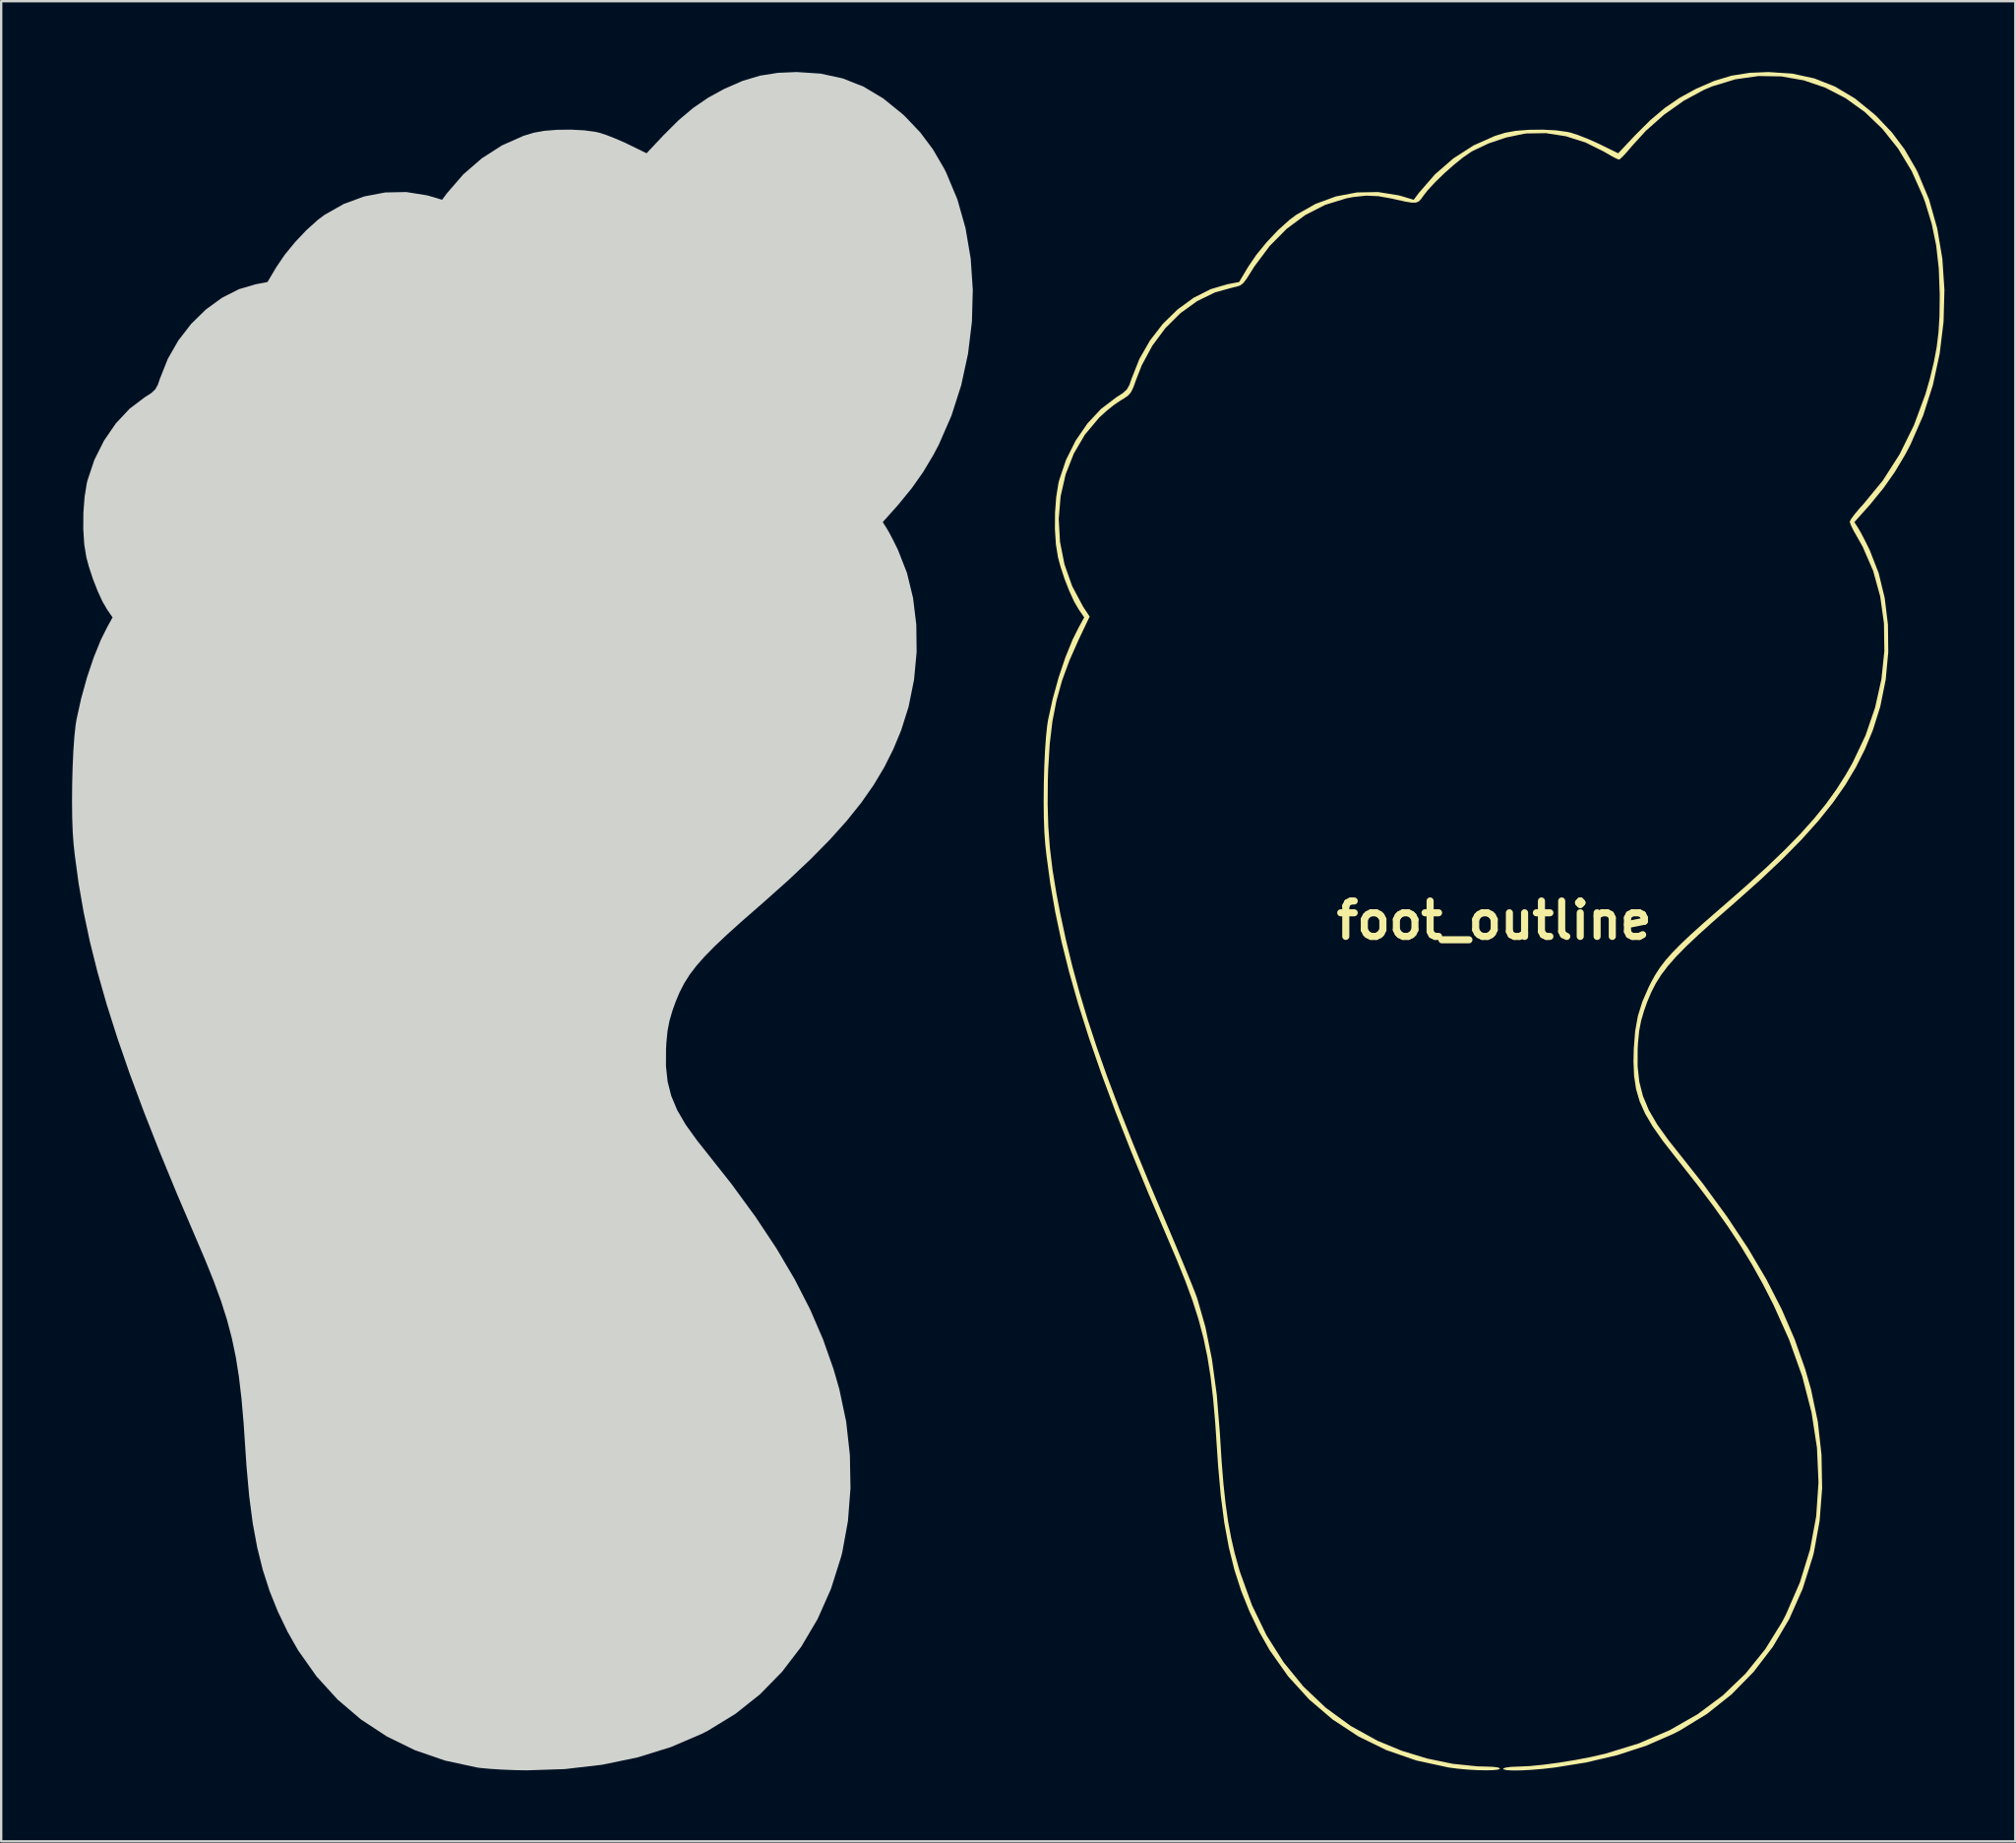
<source format=kicad_pcb>
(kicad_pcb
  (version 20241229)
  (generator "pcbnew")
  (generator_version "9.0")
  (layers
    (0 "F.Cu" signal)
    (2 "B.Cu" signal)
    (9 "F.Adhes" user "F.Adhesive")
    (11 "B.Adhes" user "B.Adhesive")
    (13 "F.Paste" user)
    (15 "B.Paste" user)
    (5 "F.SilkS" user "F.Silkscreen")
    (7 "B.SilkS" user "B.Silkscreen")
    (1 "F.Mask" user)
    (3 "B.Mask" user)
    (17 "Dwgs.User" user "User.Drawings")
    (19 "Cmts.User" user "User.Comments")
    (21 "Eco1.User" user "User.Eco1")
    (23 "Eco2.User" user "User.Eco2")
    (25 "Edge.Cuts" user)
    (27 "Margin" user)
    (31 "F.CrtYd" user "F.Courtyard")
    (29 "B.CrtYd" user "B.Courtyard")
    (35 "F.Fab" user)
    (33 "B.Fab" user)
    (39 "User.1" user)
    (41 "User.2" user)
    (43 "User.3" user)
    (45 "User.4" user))
  (footprint "foot_edge_cuts"
    (layer "F.Cu")
    (at 19.079 35.921)
    (property "Reference" "foot_edge_cuts" (at 0 0 0) (layer "F.SilkS") (effects (font (size 1.5 1.5) (thickness 0.3))))
    (attr board_only exclude_from_pos_files exclude_from_bom)
    (fp_poly (pts (xy 12.622 -35.854) (xy 13.558 -35.651) (xy 14.435 -35.304) (xy 15.269 -34.806) (xy 16.081 -34.148) (xy 16.211 -34.027) (xy 16.842 -33.362) (xy 17.374 -32.652) (xy 17.848 -31.84) (xy 17.936 -31.666) (xy 18.412 -30.53) (xy 18.758 -29.309) (xy 18.976 -28.025) (xy 19.065 -26.697) (xy 19.028 -25.347) (xy 18.864 -23.996) (xy 18.576 -22.665) (xy 18.163 -21.374) (xy 17.627 -20.146) (xy 17.404 -19.723) (xy 16.965 -18.987) (xy 16.482 -18.301) (xy 15.913 -17.605) (xy 15.743 -17.413) (xy 15.251 -16.863) (xy 15.413 -16.611) (xy 15.525 -16.418) (xy 15.679 -16.126) (xy 15.847 -15.789) (xy 15.897 -15.686) (xy 16.278 -14.712) (xy 16.536 -13.649) (xy 16.673 -12.524) (xy 16.687 -11.363) (xy 16.578 -10.193) (xy 16.346 -9.043) (xy 16.03 -8.044) (xy 15.701 -7.252) (xy 15.317 -6.486) (xy 14.868 -5.734) (xy 14.342 -4.982) (xy 13.727 -4.215) (xy 13.014 -3.421) (xy 12.19 -2.584) (xy 11.245 -1.693) (xy 10.167 -0.732) (xy 10.009 -0.594) (xy 9.267 0.054) (xy 8.645 0.614) (xy 8.127 1.103) (xy 7.702 1.537) (xy 7.355 1.931) (xy 7.073 2.303) (xy 6.842 2.668) (xy 6.65 3.043) (xy 6.482 3.443) (xy 6.345 3.827) (xy 6.221 4.251) (xy 6.139 4.678) (xy 6.09 5.176) (xy 6.075 5.445) (xy 6.072 6.172) (xy 6.142 6.825) (xy 6.297 7.435) (xy 6.547 8.032) (xy 6.906 8.648) (xy 7.385 9.314) (xy 7.678 9.683) (xy 8.84 11.151) (xy 9.862 12.55) (xy 10.754 13.894) (xy 11.523 15.197) (xy 12.176 16.472) (xy 12.721 17.733) (xy 13.166 18.994) (xy 13.413 19.849) (xy 13.703 21.223) (xy 13.86 22.633) (xy 13.886 24.047) (xy 13.779 25.431) (xy 13.539 26.75) (xy 13.493 26.934) (xy 13.06 28.304) (xy 12.495 29.579) (xy 11.802 30.752) (xy 10.987 31.817) (xy 10.055 32.769) (xy 9.01 33.6) (xy 7.857 34.305) (xy 7.582 34.446) (xy 6.278 35.005) (xy 4.868 35.442) (xy 3.367 35.753) (xy 1.786 35.936) (xy 0.185 35.989) (xy -0.352 35.979) (xy -0.894 35.957) (xy -1.391 35.925) (xy -1.792 35.887) (xy -1.934 35.868) (xy -3.29 35.574) (xy -4.564 35.134) (xy -5.751 34.553) (xy -6.844 33.835) (xy -7.839 32.986) (xy -8.728 32.008) (xy -9.506 30.907) (xy -9.953 30.118) (xy -10.364 29.263) (xy -10.712 28.399) (xy -11.001 27.503) (xy -11.238 26.549) (xy -11.429 25.514) (xy -11.578 24.372) (xy -11.692 23.101) (xy -11.735 22.456) (xy -11.813 21.287) (xy -11.903 20.256) (xy -12.011 19.332) (xy -12.145 18.486) (xy -12.312 17.688) (xy -12.518 16.907) (xy -12.771 16.113) (xy -13.078 15.276) (xy -13.445 14.365) (xy -13.796 13.542) (xy -14.631 11.59) (xy -15.381 9.769) (xy -16.051 8.066) (xy -16.644 6.47) (xy -17.163 4.968) (xy -17.614 3.547) (xy -17.999 2.195) (xy -18.323 0.901) (xy -18.588 -0.349) (xy -18.8 -1.566) (xy -18.962 -2.764) (xy -19.012 -3.223) (xy -19.05 -3.739) (xy -19.072 -4.36) (xy -19.079 -5.05) (xy -19.073 -5.773) (xy -19.054 -6.493) (xy -19.023 -7.174) (xy -18.98 -7.778) (xy -18.927 -8.272) (xy -18.893 -8.486) (xy -18.694 -9.389) (xy -18.446 -10.285) (xy -18.162 -11.13) (xy -17.855 -11.885) (xy -17.595 -12.407) (xy -17.362 -12.829) (xy -17.594 -13.164) (xy -17.788 -13.497) (xy -17.994 -13.946) (xy -18.195 -14.459) (xy -18.368 -14.986) (xy -18.472 -15.371) (xy -18.561 -15.919) (xy -18.603 -16.567) (xy -18.598 -17.256) (xy -18.548 -17.924) (xy -18.454 -18.51) (xy -18.425 -18.629) (xy -18.133 -19.499) (xy -17.726 -20.312) (xy -17.224 -21.042) (xy -16.643 -21.663) (xy -16.004 -22.147) (xy -15.986 -22.158) (xy -15.719 -22.332) (xy -15.555 -22.485) (xy -15.447 -22.675) (xy -15.357 -22.936) (xy -15.025 -23.773) (xy -14.578 -24.553) (xy -14.033 -25.258) (xy -13.41 -25.867) (xy -12.728 -26.363) (xy -12.006 -26.728) (xy -11.306 -26.934) (xy -10.802 -27.03) (xy -10.427 -27.661) (xy -10.074 -28.181) (xy -9.634 -28.719) (xy -9.151 -29.229) (xy -8.667 -29.664) (xy -8.383 -29.876) (xy -7.568 -30.337) (xy -6.705 -30.654) (xy -5.815 -30.823) (xy -4.923 -30.84) (xy -4.052 -30.701) (xy -3.87 -30.651) (xy -3.409 -30.512) (xy -3.198 -30.795) (xy -2.509 -31.589) (xy -1.726 -32.267) (xy -0.872 -32.815) (xy 0.033 -33.217) (xy 0.463 -33.35) (xy 0.91 -33.431) (xy 1.459 -33.475) (xy 2.05 -33.482) (xy 2.62 -33.452) (xy 3.107 -33.384) (xy 3.238 -33.354) (xy 3.545 -33.255) (xy 3.934 -33.103) (xy 4.339 -32.926) (xy 4.496 -32.851) (xy 5.25 -32.481) (xy 5.965 -33.241) (xy 6.608 -33.882) (xy 7.225 -34.402) (xy 7.859 -34.835) (xy 8.537 -35.206) (xy 9.316 -35.546) (xy 10.055 -35.768) (xy 10.82 -35.888) (xy 11.607 -35.921)) (stroke (width 0) (type solid)) (fill yes) (layer "Edge.Cuts")))
  (footprint "foot_outline"
    (layer "F.Cu")
    (at 60.224 35.921)
    (property "Reference" "foot_outline" (at 0 0 0) (layer "F.SilkS") (effects (font (size 1.5 1.5) (thickness 0.3))))
    (attr board_only exclude_from_pos_files exclude_from_bom)
    (fp_poly (pts (xy 12.622 -35.854) (xy 13.558 -35.651) (xy 14.435 -35.304) (xy 15.269 -34.806) (xy 16.081 -34.148) (xy 16.211 -34.027) (xy 16.842 -33.362) (xy 17.374 -32.652) (xy 17.848 -31.84) (xy 17.936 -31.666) (xy 18.412 -30.53) (xy 18.758 -29.309) (xy 18.976 -28.025) (xy 19.065 -26.697) (xy 19.028 -25.347) (xy 18.864 -23.996) (xy 18.576 -22.665) (xy 18.163 -21.374) (xy 17.627 -20.146) (xy 17.404 -19.723) (xy 16.965 -18.987) (xy 16.482 -18.301) (xy 15.913 -17.605) (xy 15.743 -17.413) (xy 15.251 -16.863) (xy 15.413 -16.611) (xy 15.525 -16.418) (xy 15.679 -16.126) (xy 15.847 -15.789) (xy 15.897 -15.686) (xy 16.278 -14.712) (xy 16.536 -13.649) (xy 16.673 -12.524) (xy 16.687 -11.363) (xy 16.578 -10.193) (xy 16.346 -9.043) (xy 16.03 -8.044) (xy 15.701 -7.252) (xy 15.317 -6.486) (xy 14.868 -5.734) (xy 14.342 -4.982) (xy 13.727 -4.215) (xy 13.014 -3.421) (xy 12.19 -2.584) (xy 11.245 -1.693) (xy 10.167 -0.732) (xy 10.009 -0.594) (xy 9.267 0.054) (xy 8.645 0.614) (xy 8.127 1.103) (xy 7.702 1.537) (xy 7.355 1.931) (xy 7.073 2.303) (xy 6.842 2.668) (xy 6.65 3.043) (xy 6.482 3.443) (xy 6.345 3.827) (xy 6.221 4.251) (xy 6.139 4.678) (xy 6.09 5.176) (xy 6.075 5.445) (xy 6.072 6.172) (xy 6.142 6.825) (xy 6.297 7.435) (xy 6.547 8.032) (xy 6.906 8.648) (xy 7.385 9.314) (xy 7.678 9.683) (xy 8.84 11.151) (xy 9.862 12.55) (xy 10.754 13.894) (xy 11.523 15.197) (xy 12.176 16.472) (xy 12.721 17.733) (xy 13.166 18.994) (xy 13.413 19.849) (xy 13.703 21.223) (xy 13.86 22.633) (xy 13.886 24.047) (xy 13.779 25.431) (xy 13.539 26.75) (xy 13.493 26.934) (xy 13.06 28.304) (xy 12.495 29.579) (xy 11.802 30.752) (xy 10.987 31.817) (xy 10.055 32.769) (xy 9.01 33.6) (xy 7.857 34.305) (xy 7.582 34.446) (xy 6.446 34.942) (xy 5.22 35.344) (xy 3.884 35.658) (xy 2.579 35.868) (xy 2.066 35.927) (xy 1.579 35.968) (xy 1.142 35.991) (xy 0.781 35.995) (xy 0.521 35.98) (xy 0.387 35.945) (xy 0.378 35.913) (xy 0.483 35.872) (xy 0.708 35.842) (xy 1.007 35.829) (xy 1.035 35.829) (xy 1.502 35.808) (xy 2.086 35.75) (xy 2.742 35.663) (xy 3.426 35.552) (xy 4.091 35.424) (xy 4.694 35.286) (xy 4.709 35.283) (xy 6.122 34.848) (xy 7.424 34.291) (xy 8.612 33.613) (xy 9.684 32.814) (xy 10.638 31.898) (xy 11.472 30.865) (xy 12.184 29.717) (xy 12.352 29.392) (xy 12.943 28.033) (xy 13.371 26.648) (xy 13.634 25.237) (xy 13.732 23.798) (xy 13.667 22.33) (xy 13.437 20.833) (xy 13.042 19.304) (xy 12.483 17.742) (xy 11.824 16.275) (xy 11.381 15.409) (xy 10.922 14.584) (xy 10.431 13.774) (xy 9.89 12.954) (xy 9.282 12.098) (xy 8.59 11.18) (xy 7.797 10.175) (xy 7.67 10.016) (xy 7.134 9.329) (xy 6.71 8.726) (xy 6.389 8.18) (xy 6.158 7.661) (xy 6.006 7.139) (xy 5.923 6.587) (xy 5.897 5.975) (xy 5.91 5.435) (xy 5.968 4.693) (xy 6.083 4.05) (xy 6.272 3.442) (xy 6.551 2.805) (xy 6.657 2.596) (xy 6.829 2.288) (xy 7.023 1.991) (xy 7.255 1.689) (xy 7.54 1.367) (xy 7.894 1.007) (xy 8.331 0.594) (xy 8.866 0.112) (xy 9.515 -0.455) (xy 9.671 -0.589) (xy 10.671 -1.465) (xy 11.546 -2.26) (xy 12.307 -2.99) (xy 12.969 -3.668) (xy 13.545 -4.311) (xy 14.048 -4.931) (xy 14.49 -5.545) (xy 14.885 -6.165) (xy 15.177 -6.677) (xy 15.724 -7.832) (xy 16.13 -9.016) (xy 16.396 -10.212) (xy 16.521 -11.404) (xy 16.504 -12.577) (xy 16.345 -13.715) (xy 16.045 -14.803) (xy 15.602 -15.823) (xy 15.378 -16.22) (xy 15.22 -16.497) (xy 15.105 -16.73) (xy 15.055 -16.873) (xy 15.055 -16.881) (xy 15.11 -16.992) (xy 15.257 -17.192) (xy 15.472 -17.448) (xy 15.645 -17.639) (xy 16.458 -18.628) (xy 17.17 -19.742) (xy 17.773 -20.965) (xy 18.26 -22.281) (xy 18.454 -22.961) (xy 18.619 -23.649) (xy 18.737 -24.277) (xy 18.813 -24.897) (xy 18.854 -25.564) (xy 18.865 -26.332) (xy 18.865 -26.535) (xy 18.825 -27.61) (xy 18.715 -28.578) (xy 18.528 -29.486) (xy 18.254 -30.386) (xy 18.152 -30.666) (xy 17.676 -31.731) (xy 17.1 -32.683) (xy 16.435 -33.517) (xy 15.692 -34.228) (xy 14.882 -34.811) (xy 14.016 -35.26) (xy 13.105 -35.57) (xy 12.16 -35.735) (xy 11.191 -35.751) (xy 10.211 -35.612) (xy 9.23 -35.313) (xy 8.877 -35.164) (xy 8.027 -34.705) (xy 7.192 -34.114) (xy 6.416 -33.426) (xy 5.833 -32.786) (xy 5.615 -32.53) (xy 5.431 -32.332) (xy 5.31 -32.224) (xy 5.285 -32.213) (xy 5.179 -32.253) (xy 4.972 -32.361) (xy 4.704 -32.515) (xy 4.654 -32.545) (xy 3.869 -32.936) (xy 3.036 -33.201) (xy 2.192 -33.332) (xy 1.375 -33.32) (xy 1.249 -33.304) (xy 0.503 -33.147) (xy -0.24 -32.897) (xy -0.905 -32.581) (xy -0.986 -32.534) (xy -1.319 -32.305) (xy -1.71 -31.99) (xy -2.118 -31.628) (xy -2.501 -31.257) (xy -2.818 -30.913) (xy -2.987 -30.697) (xy -3.097 -30.543) (xy -3.195 -30.442) (xy -3.315 -30.392) (xy -3.488 -30.39) (xy -3.746 -30.431) (xy -4.122 -30.513) (xy -4.331 -30.561) (xy -4.904 -30.664) (xy -5.42 -30.687) (xy -5.962 -30.629) (xy -6.263 -30.572) (xy -7.157 -30.297) (xy -8.001 -29.866) (xy -8.787 -29.283) (xy -9.508 -28.556) (xy -10.156 -27.689) (xy -10.304 -27.454) (xy -10.488 -27.162) (xy -10.627 -26.983) (xy -10.758 -26.883) (xy -10.918 -26.831) (xy -11.017 -26.812) (xy -11.819 -26.592) (xy -12.581 -26.22) (xy -13.288 -25.71) (xy -13.925 -25.077) (xy -14.476 -24.336) (xy -14.926 -23.501) (xy -15.166 -22.889) (xy -15.28 -22.569) (xy -15.382 -22.361) (xy -15.507 -22.218) (xy -15.692 -22.09) (xy -15.807 -22.023) (xy -16.085 -21.837) (xy -16.409 -21.579) (xy -16.712 -21.304) (xy -16.732 -21.284) (xy -17.333 -20.568) (xy -17.805 -19.761) (xy -18.149 -18.883) (xy -18.361 -17.956) (xy -18.441 -16.998) (xy -18.387 -16.032) (xy -18.198 -15.076) (xy -17.871 -14.151) (xy -17.406 -13.278) (xy -17.345 -13.186) (xy -17.132 -12.864) (xy -17.601 -11.878) (xy -17.992 -10.994) (xy -18.301 -10.149) (xy -18.537 -9.305) (xy -18.708 -8.424) (xy -18.822 -7.47) (xy -18.887 -6.405) (xy -18.902 -5.929) (xy -18.91 -4.913) (xy -18.883 -3.977) (xy -18.815 -3.07) (xy -18.703 -2.145) (xy -18.541 -1.149) (xy -18.377 -0.294) (xy -18.14 0.809) (xy -17.872 1.913) (xy -17.567 3.033) (xy -17.22 4.186) (xy -16.824 5.389) (xy -16.374 6.659) (xy -15.864 8.012) (xy -15.289 9.464) (xy -14.643 11.033) (xy -14.035 12.468) (xy -13.743 13.155) (xy -13.463 13.818) (xy -13.205 14.437) (xy -12.978 14.988) (xy -12.79 15.45) (xy -12.652 15.801) (xy -12.573 16.016) (xy -12.228 17.222) (xy -11.954 18.577) (xy -11.749 20.082) (xy -11.615 21.739) (xy -11.61 21.825) (xy -11.542 22.915) (xy -11.465 23.865) (xy -11.375 24.7) (xy -11.269 25.449) (xy -11.141 26.139) (xy -10.989 26.797) (xy -10.808 27.451) (xy -10.762 27.601) (xy -10.258 28.997) (xy -9.642 30.27) (xy -8.914 31.42) (xy -8.077 32.444) (xy -7.13 33.341) (xy -6.075 34.11) (xy -4.941 34.737) (xy -3.918 35.159) (xy -2.839 35.489) (xy -1.751 35.713) (xy -0.702 35.821) (xy -0.357 35.829) (xy -0.048 35.84) (xy 0.167 35.869) (xy 0.252 35.911) (xy 0.252 35.913) (xy 0.174 35.956) (xy -0.039 35.981) (xy -0.353 35.988) (xy -0.737 35.98) (xy -1.157 35.955) (xy -1.581 35.915) (xy -1.934 35.868) (xy -3.29 35.574) (xy -4.564 35.134) (xy -5.751 34.553) (xy -6.844 33.835) (xy -7.839 32.986) (xy -8.728 32.008) (xy -9.506 30.907) (xy -9.953 30.118) (xy -10.364 29.263) (xy -10.712 28.399) (xy -11.001 27.503) (xy -11.238 26.549) (xy -11.429 25.514) (xy -11.578 24.372) (xy -11.692 23.101) (xy -11.735 22.456) (xy -11.813 21.287) (xy -11.903 20.256) (xy -12.011 19.332) (xy -12.145 18.486) (xy -12.312 17.688) (xy -12.518 16.907) (xy -12.771 16.113) (xy -13.078 15.276) (xy -13.445 14.365) (xy -13.796 13.542) (xy -14.631 11.59) (xy -15.381 9.769) (xy -16.051 8.066) (xy -16.644 6.47) (xy -17.163 4.968) (xy -17.614 3.547) (xy -17.999 2.195) (xy -18.323 0.901) (xy -18.588 -0.349) (xy -18.8 -1.566) (xy -18.962 -2.764) (xy -19.012 -3.223) (xy -19.05 -3.739) (xy -19.072 -4.36) (xy -19.079 -5.05) (xy -19.073 -5.773) (xy -19.054 -6.493) (xy -19.023 -7.174) (xy -18.98 -7.778) (xy -18.927 -8.272) (xy -18.893 -8.486) (xy -18.694 -9.389) (xy -18.446 -10.285) (xy -18.162 -11.13) (xy -17.855 -11.885) (xy -17.595 -12.407) (xy -17.362 -12.829) (xy -17.594 -13.164) (xy -17.788 -13.497) (xy -17.994 -13.946) (xy -18.195 -14.459) (xy -18.368 -14.986) (xy -18.472 -15.371) (xy -18.561 -15.919) (xy -18.603 -16.567) (xy -18.598 -17.256) (xy -18.548 -17.924) (xy -18.454 -18.51) (xy -18.425 -18.629) (xy -18.133 -19.499) (xy -17.726 -20.312) (xy -17.224 -21.042) (xy -16.643 -21.663) (xy -16.004 -22.147) (xy -15.986 -22.158) (xy -15.719 -22.332) (xy -15.555 -22.485) (xy -15.447 -22.675) (xy -15.357 -22.936) (xy -15.025 -23.773) (xy -14.578 -24.553) (xy -14.033 -25.258) (xy -13.41 -25.867) (xy -12.728 -26.363) (xy -12.006 -26.728) (xy -11.306 -26.934) (xy -10.802 -27.03) (xy -10.427 -27.661) (xy -10.074 -28.181) (xy -9.634 -28.719) (xy -9.151 -29.229) (xy -8.667 -29.664) (xy -8.383 -29.876) (xy -7.568 -30.337) (xy -6.705 -30.654) (xy -5.815 -30.823) (xy -4.923 -30.84) (xy -4.052 -30.701) (xy -3.87 -30.651) (xy -3.409 -30.512) (xy -3.198 -30.795) (xy -2.509 -31.589) (xy -1.726 -32.267) (xy -0.872 -32.815) (xy 0.033 -33.217) (xy 0.463 -33.35) (xy 0.91 -33.431) (xy 1.459 -33.475) (xy 2.05 -33.482) (xy 2.62 -33.452) (xy 3.107 -33.384) (xy 3.238 -33.354) (xy 3.545 -33.255) (xy 3.934 -33.103) (xy 4.339 -32.926) (xy 4.496 -32.851) (xy 5.25 -32.481) (xy 5.965 -33.241) (xy 6.608 -33.882) (xy 7.225 -34.402) (xy 7.859 -34.835) (xy 8.537 -35.206) (xy 9.316 -35.546) (xy 10.055 -35.768) (xy 10.82 -35.888) (xy 11.607 -35.921)) (stroke (width 0) (type solid)) (fill yes) (layer "F.SilkS")))
  (gr_rect
    (start -3 -3)
    (end 82.29 74.916)
    (stroke (width 0.1) (type default))
    (fill no)
    (layer "Edge.Cuts")))
</source>
